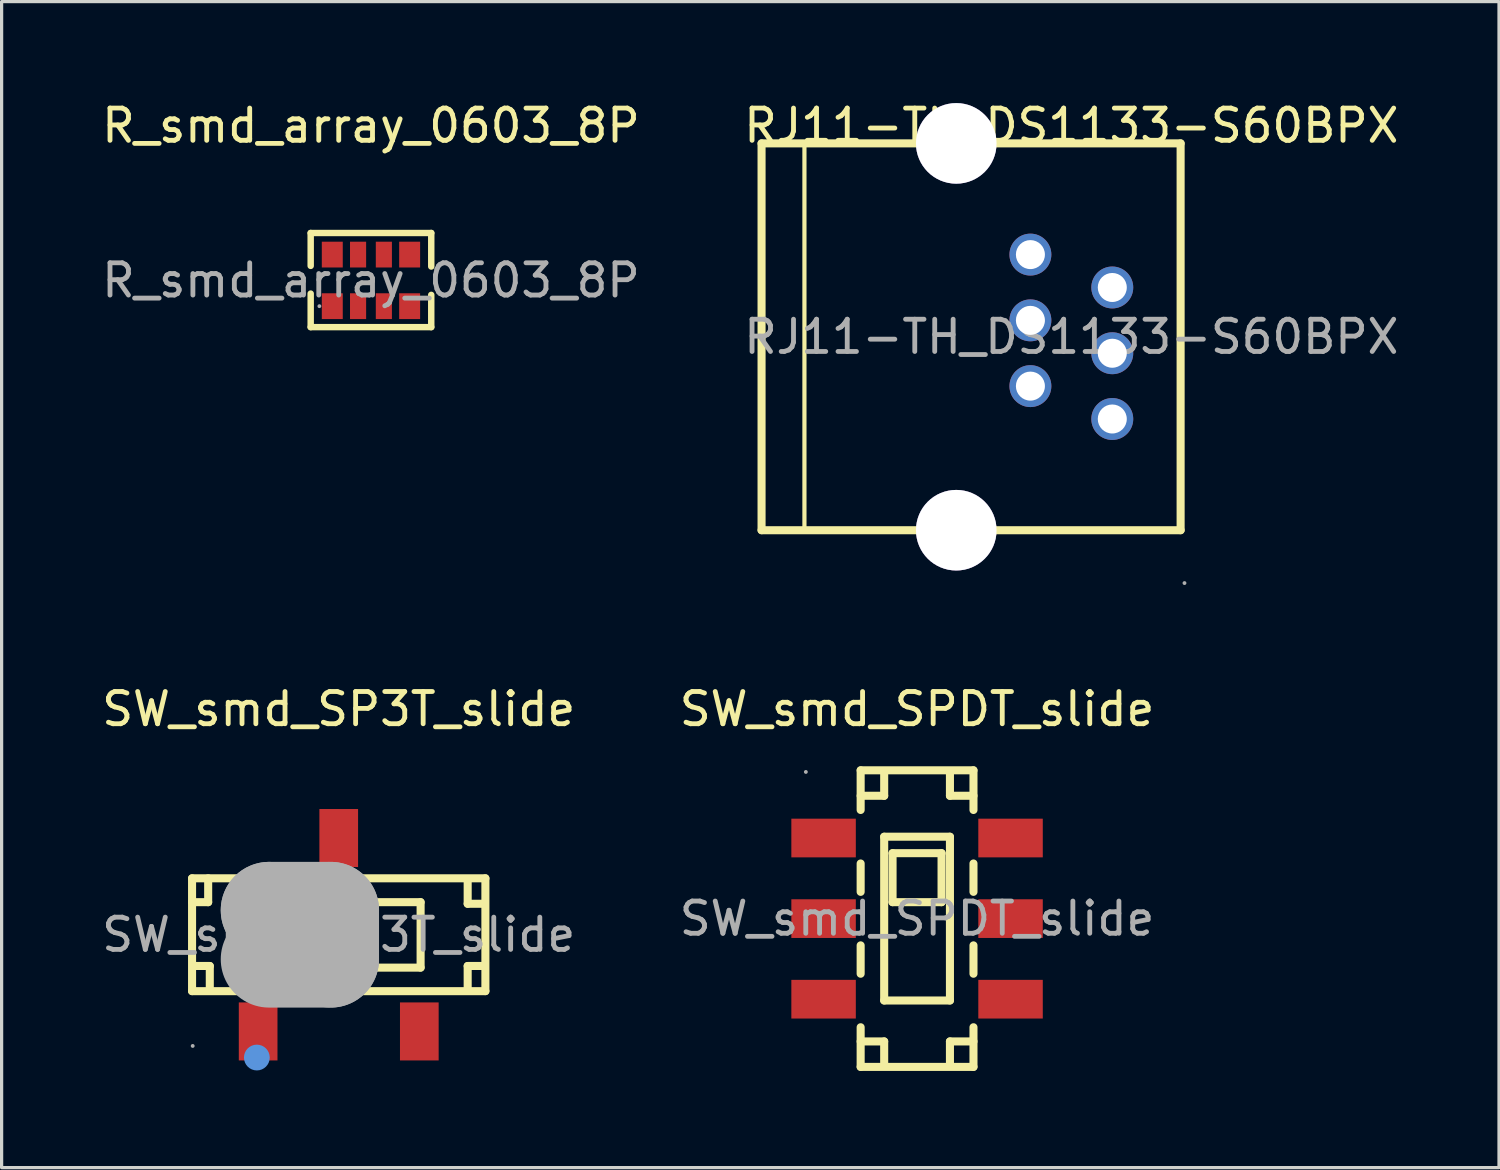
<source format=kicad_pcb>
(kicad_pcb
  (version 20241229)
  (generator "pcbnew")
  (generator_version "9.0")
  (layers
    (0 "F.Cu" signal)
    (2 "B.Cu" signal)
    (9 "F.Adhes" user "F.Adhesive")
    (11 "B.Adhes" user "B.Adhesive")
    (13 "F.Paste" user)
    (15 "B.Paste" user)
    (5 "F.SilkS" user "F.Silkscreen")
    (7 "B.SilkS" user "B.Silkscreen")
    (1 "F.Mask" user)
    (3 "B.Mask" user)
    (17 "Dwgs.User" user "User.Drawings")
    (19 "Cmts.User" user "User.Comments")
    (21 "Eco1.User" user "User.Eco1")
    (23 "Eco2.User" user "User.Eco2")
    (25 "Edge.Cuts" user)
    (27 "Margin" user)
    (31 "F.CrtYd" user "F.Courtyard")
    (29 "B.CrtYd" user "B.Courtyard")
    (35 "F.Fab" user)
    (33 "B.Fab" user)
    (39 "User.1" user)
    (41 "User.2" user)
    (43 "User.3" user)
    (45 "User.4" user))
  (footprint "SW_smd_SP3T_slide"
    (layer "F.Cu")
    (at 7.458 25.947)
    (property "Reference" "SW_smd_SP3T_slide" (at 0 -7 0) (layer "F.SilkS") (effects (font (size 1 1) (thickness 0.15))))
    (attr smd)
    (fp_line (start -4.55 -1.75) (end 4.55 -1.75) (stroke (width 0.25) (type solid)) (layer "F.SilkS"))
    (fp_line (start -4.55 1.75) (end -4.55 -1.75) (stroke (width 0.25) (type solid)) (layer "F.SilkS"))
    (fp_line (start -4.05 -1.75) (end -4.05 -1.01) (stroke (width 0.25) (type solid)) (layer "F.SilkS"))
    (fp_line (start -4.05 -1.01) (end -4.55 -1.01) (stroke (width 0.25) (type solid)) (layer "F.SilkS"))
    (fp_line (start -4 0.97) (end -4.51 0.97) (stroke (width 0.25) (type solid)) (layer "F.SilkS"))
    (fp_line (start -4 1.7) (end -4 0.97) (stroke (width 0.25) (type solid)) (layer "F.SilkS"))
    (fp_line (start -2.54 -1.01) (end 2.54 -1.01) (stroke (width 0.25) (type solid)) (layer "F.SilkS"))
    (fp_line (start -2.54 1.02) (end -2.54 -1.01) (stroke (width 0.25) (type solid)) (layer "F.SilkS"))
    (fp_line (start 2.54 -1.01) (end 2.54 1.02) (stroke (width 0.25) (type solid)) (layer "F.SilkS"))
    (fp_line (start 2.54 1.02) (end -2.54 1.02) (stroke (width 0.25) (type solid)) (layer "F.SilkS"))
    (fp_line (start 4 -1.7) (end 4 -0.96) (stroke (width 0.25) (type solid)) (layer "F.SilkS"))
    (fp_line (start 4 -0.96) (end 4.5 -0.96) (stroke (width 0.25) (type solid)) (layer "F.SilkS"))
    (fp_line (start 4 0.97) (end 4.5 0.97) (stroke (width 0.25) (type solid)) (layer "F.SilkS"))
    (fp_line (start 4 1.7) (end 4 0.97) (stroke (width 0.25) (type solid)) (layer "F.SilkS"))
    (fp_line (start 4.55 -1.75) (end 4.55 1.75) (stroke (width 0.25) (type solid)) (layer "F.SilkS"))
    (fp_line (start 4.55 1.75) (end -4.55 1.75) (stroke (width 0.25) (type solid)) (layer "F.SilkS"))
    (fp_circle (center -2.54 3.81) (end -2.34 3.81) (stroke (width 0.4) (type solid)) (fill no) (layer "Cmts.User"))
    (fp_line (start -2.16 -0.76) (end -2.16 -0.76) (stroke (width 3) (type solid)) (layer "F.Fab"))
    (fp_line (start -2.16 -0.76) (end -0.25 -0.76) (stroke (width 3) (type solid)) (layer "F.Fab"))
    (fp_line (start -0.25 -0.76) (end -0.25 0.76) (stroke (width 3) (type solid)) (layer "F.Fab"))
    (fp_line (start -0.25 0.76) (end -2.16 0.76) (stroke (width 3) (type solid)) (layer "F.Fab"))
    (fp_circle (center -4.53 3.45) (end -4.5 3.45) (stroke (width 0.06) (type solid)) (fill no) (layer "F.Fab"))
    (fp_text user "${REFERENCE}" (at 0 0 0) (layer "F.Fab") (effects (font (size 1 1) (thickness 0.15))))
    (pad "1" smd rect (at -2.5 3) (size 1.2 1.8) (layers "F.Cu" "F.Mask" "F.Paste"))
    (pad "2" smd rect (at 0 -3) (size 1.2 1.8) (layers "F.Cu" "F.Mask" "F.Paste"))
    (pad "3" smd rect (at 2.5 3) (size 1.2 1.8) (layers "F.Cu" "F.Mask" "F.Paste")))
  (footprint "R_smd_array_0603_8P"
    (layer "F.Cu")
    (at 8.458 5.648)
    (property "Reference" "R_smd_array_0603_8P" (at 0 -4.8 0) (layer "F.SilkS") (effects (font (size 1 1) (thickness 0.15))))
    (attr smd)
    (fp_line (start -1.87 -1.47) (end 1.87 -1.47) (stroke (width 0.2) (type solid)) (layer "F.SilkS"))
    (fp_line (start -1.87 -0.45) (end -1.87 -1.47) (stroke (width 0.2) (type solid)) (layer "F.SilkS"))
    (fp_line (start -1.87 1.45) (end -1.87 0.41) (stroke (width 0.2) (type solid)) (layer "F.SilkS"))
    (fp_line (start 1.87 -1.47) (end 1.87 -0.43) (stroke (width 0.2) (type solid)) (layer "F.SilkS"))
    (fp_line (start 1.87 0.45) (end 1.87 1.45) (stroke (width 0.2) (type solid)) (layer "F.SilkS"))
    (fp_line (start 1.87 1.45) (end -1.87 1.45) (stroke (width 0.2) (type solid)) (layer "F.SilkS"))
    (fp_circle (center -1.6 0.8) (end -1.57 0.8) (stroke (width 0.06) (type solid)) (fill no) (layer "F.Fab"))
    (fp_text user "${REFERENCE}" (at 0 0 0) (layer "F.Fab") (effects (font (size 1 1) (thickness 0.15))))
    (pad "1" smd rect (at -1.2 0.8) (size 0.65 0.8) (layers "F.Cu" "F.Mask" "F.Paste"))
    (pad "2" smd rect (at -0.4 0.8) (size 0.5 0.8) (layers "F.Cu" "F.Mask" "F.Paste"))
    (pad "3" smd rect (at 0.4 0.8) (size 0.5 0.8) (layers "F.Cu" "F.Mask" "F.Paste"))
    (pad "4" smd rect (at 1.2 0.8) (size 0.65 0.8) (layers "F.Cu" "F.Mask" "F.Paste"))
    (pad "5" smd rect (at 1.2 -0.8) (size 0.65 0.8) (layers "F.Cu" "F.Mask" "F.Paste"))
    (pad "6" smd rect (at 0.4 -0.8) (size 0.5 0.8) (layers "F.Cu" "F.Mask" "F.Paste"))
    (pad "7" smd rect (at -0.4 -0.8) (size 0.5 0.8) (layers "F.Cu" "F.Mask" "F.Paste"))
    (pad "8" smd rect (at -1.2 -0.8) (size 0.65 0.8) (layers "F.Cu" "F.Mask" "F.Paste")))
  (footprint "RJ11-TH_DS1133-S60BPX"
    (layer "F.Cu")
    (at 30.185 7.398)
    (property "Reference" "RJ11-TH_DS1133-S60BPX" (at 0 -6.55 0) (layer "F.SilkS") (effects (font (size 1 1) (thickness 0.15))))
    (attr through_hole)
    (fp_line (start -9.61 -6) (end 3.39 -6) (stroke (width 0.25) (type solid)) (layer "F.SilkS"))
    (fp_line (start -9.61 6) (end -9.61 -6) (stroke (width 0.25) (type solid)) (layer "F.SilkS"))
    (fp_line (start -8.28 6) (end -8.28 -6) (stroke (width 0.13) (type solid)) (layer "F.SilkS"))
    (fp_line (start 3.39 -6) (end 3.39 6) (stroke (width 0.25) (type solid)) (layer "F.SilkS"))
    (fp_line (start 3.39 6) (end -9.61 6) (stroke (width 0.25) (type solid)) (layer "F.SilkS"))
    (fp_circle (center -3.55 -6.06) (end -2.97 -6.06) (stroke (width 1.15) (type solid)) (fill no) (layer "F.Fab"))
    (fp_circle (center -3.55 6.04) (end -2.97 6.04) (stroke (width 1.15) (type solid)) (fill no) (layer "F.Fab"))
    (fp_circle (center -1.25 -2.5) (end -1.07 -2.5) (stroke (width 0.35) (type solid)) (fill no) (layer "F.Fab"))
    (fp_circle (center -1.25 -0.5) (end -1.07 -0.5) (stroke (width 0.35) (type solid)) (fill no) (layer "F.Fab"))
    (fp_circle (center -1.25 1.5) (end -1.07 1.5) (stroke (width 0.35) (type solid)) (fill no) (layer "F.Fab"))
    (fp_circle (center 1.25 -1.5) (end 1.43 -1.5) (stroke (width 0.35) (type solid)) (fill no) (layer "F.Fab"))
    (fp_circle (center 1.25 0.5) (end 1.43 0.5) (stroke (width 0.35) (type solid)) (fill no) (layer "F.Fab"))
    (fp_circle (center 1.25 2.5) (end 1.43 2.5) (stroke (width 0.35) (type solid)) (fill no) (layer "F.Fab"))
    (fp_circle (center 3.51 7.64) (end 3.54 7.64) (stroke (width 0.06) (type solid)) (fill no) (layer "F.Fab"))
    (fp_text user "${REFERENCE}" (at 0 0 0) (layer "F.Fab") (effects (font (size 1 1) (thickness 0.15))))
    (pad "" thru_hole circle (at -3.57 -6) (size 2.5 2.5) (drill 2.5) (layers "*.Cu" "*.Mask"))
    (pad "" thru_hole circle (at -3.57 6) (size 2.5 2.5) (drill 2.5) (layers "*.Cu" "*.Mask"))
    (pad "1" thru_hole circle (at 1.27 2.55 90) (size 1.3 1.3) (drill 0.9) (layers "*.Cu" "*.Mask"))
    (pad "2" thru_hole circle (at -1.27 1.53 90) (size 1.3 1.3) (drill 0.9) (layers "*.Cu" "*.Mask"))
    (pad "3" thru_hole circle (at 1.27 0.51 90) (size 1.3 1.3) (drill 0.9) (layers "*.Cu" "*.Mask"))
    (pad "4" thru_hole circle (at -1.27 -0.51 90) (size 1.3 1.3) (drill 0.9) (layers "*.Cu" "*.Mask"))
    (pad "5" thru_hole circle (at 1.27 -1.53 90) (size 1.3 1.3) (drill 0.9) (layers "*.Cu" "*.Mask"))
    (pad "6" thru_hole circle (at -1.27 -2.55 90) (size 1.3 1.3) (drill 0.9) (layers "*.Cu" "*.Mask")))
  (footprint "SW_smd_SPDT_slide"
    (layer "F.Cu")
    (at 25.399 25.447)
    (property "Reference" "SW_smd_SPDT_slide" (at 0 -6.5 0) (layer "F.SilkS") (effects (font (size 1 1) (thickness 0.15))))
    (attr smd)
    (fp_line (start -1.75 -4.6) (end 1.75 -4.6) (stroke (width 0.25) (type solid)) (layer "F.SilkS"))
    (fp_line (start -1.75 -3.37) (end -1.75 -4.6) (stroke (width 0.25) (type solid)) (layer "F.SilkS"))
    (fp_line (start -1.75 -0.83) (end -1.75 -1.71) (stroke (width 0.25) (type solid)) (layer "F.SilkS"))
    (fp_line (start -1.75 1.71) (end -1.75 0.83) (stroke (width 0.25) (type solid)) (layer "F.SilkS"))
    (fp_line (start -1.75 3.81) (end -1.02 3.81) (stroke (width 0.25) (type solid)) (layer "F.SilkS"))
    (fp_line (start -1.75 4.6) (end -1.75 3.37) (stroke (width 0.25) (type solid)) (layer "F.SilkS"))
    (fp_line (start -1.02 -4.57) (end -1.02 -3.81) (stroke (width 0.25) (type solid)) (layer "F.SilkS"))
    (fp_line (start -1.02 -3.81) (end -1.75 -3.81) (stroke (width 0.25) (type solid)) (layer "F.SilkS"))
    (fp_line (start -1.02 -2.54) (end 1.02 -2.54) (stroke (width 0.25) (type solid)) (layer "F.SilkS"))
    (fp_line (start -1.02 2.54) (end -1.02 -2.54) (stroke (width 0.25) (type solid)) (layer "F.SilkS"))
    (fp_line (start -1.02 3.81) (end -1.02 4.57) (stroke (width 0.25) (type solid)) (layer "F.SilkS"))
    (fp_line (start -0.76 -2.03) (end 0.76 -2.03) (stroke (width 0.25) (type solid)) (layer "F.SilkS"))
    (fp_line (start -0.76 -0.51) (end -0.76 -2.03) (stroke (width 0.25) (type solid)) (layer "F.SilkS"))
    (fp_line (start 0.76 -2.03) (end 0.76 -0.51) (stroke (width 0.25) (type solid)) (layer "F.SilkS"))
    (fp_line (start 0.76 -0.51) (end -0.76 -0.51) (stroke (width 0.25) (type solid)) (layer "F.SilkS"))
    (fp_line (start 1.02 -3.81) (end 1.02 -4.57) (stroke (width 0.25) (type solid)) (layer "F.SilkS"))
    (fp_line (start 1.02 -2.54) (end 1.02 2.54) (stroke (width 0.25) (type solid)) (layer "F.SilkS"))
    (fp_line (start 1.02 2.54) (end -1.02 2.54) (stroke (width 0.25) (type solid)) (layer "F.SilkS"))
    (fp_line (start 1.02 3.81) (end 1.75 3.81) (stroke (width 0.25) (type solid)) (layer "F.SilkS"))
    (fp_line (start 1.02 4.57) (end 1.02 3.81) (stroke (width 0.25) (type solid)) (layer "F.SilkS"))
    (fp_line (start 1.75 -4.6) (end 1.75 -3.37) (stroke (width 0.25) (type solid)) (layer "F.SilkS"))
    (fp_line (start 1.75 -3.81) (end 1.02 -3.81) (stroke (width 0.25) (type solid)) (layer "F.SilkS"))
    (fp_line (start 1.75 -1.71) (end 1.75 -0.83) (stroke (width 0.25) (type solid)) (layer "F.SilkS"))
    (fp_line (start 1.75 0.83) (end 1.75 1.71) (stroke (width 0.25) (type solid)) (layer "F.SilkS"))
    (fp_line (start 1.75 3.37) (end 1.75 4.6) (stroke (width 0.25) (type solid)) (layer "F.SilkS"))
    (fp_line (start 1.75 4.6) (end -1.75 4.6) (stroke (width 0.25) (type solid)) (layer "F.SilkS"))
    (fp_circle (center -3.45 -4.55) (end -3.42 -4.55) (stroke (width 0.06) (type solid)) (fill no) (layer "F.Fab"))
    (fp_text user "${REFERENCE}" (at 0 0 0) (layer "F.Fab") (effects (font (size 1 1) (thickness 0.15))))
    (pad "1" smd rect (at -2.9 -2.5) (size 2 1.2) (layers "F.Cu" "F.Mask" "F.Paste"))
    (pad "2" smd rect (at -2.9 0) (size 2 1.2) (layers "F.Cu" "F.Mask" "F.Paste"))
    (pad "3" smd rect (at -2.9 2.5) (size 2 1.2) (layers "F.Cu" "F.Mask" "F.Paste"))
    (pad "4" smd rect (at 2.9 2.5) (size 2 1.2) (layers "F.Cu" "F.Mask" "F.Paste"))
    (pad "5" smd rect (at 2.9 0) (size 2 1.2) (layers "F.Cu" "F.Mask" "F.Paste"))
    (pad "6" smd rect (at 2.9 -2.5) (size 2 1.2) (layers "F.Cu" "F.Mask" "F.Paste")))
  (gr_rect
    (start -3 -3)
    (end 43.452 33.172)
    (stroke (width 0.1) (type default))
    (fill no)
    (layer "Edge.Cuts")))
</source>
